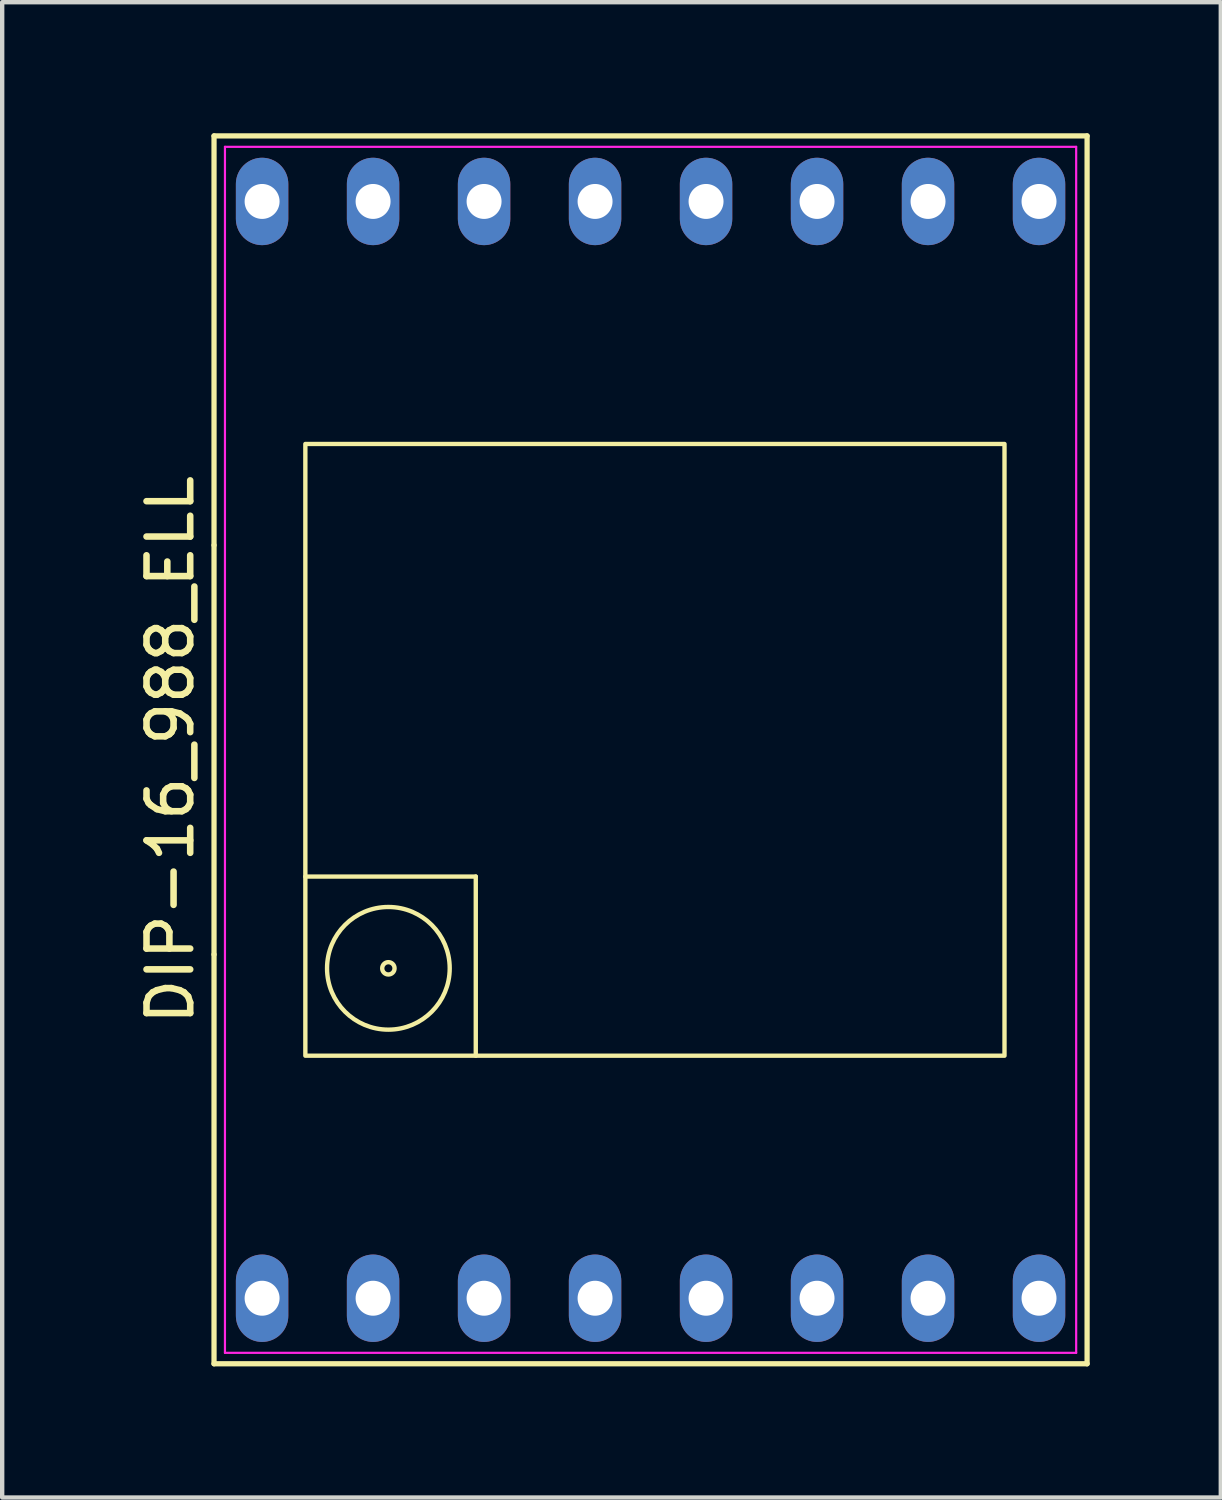
<source format=kicad_pcb>
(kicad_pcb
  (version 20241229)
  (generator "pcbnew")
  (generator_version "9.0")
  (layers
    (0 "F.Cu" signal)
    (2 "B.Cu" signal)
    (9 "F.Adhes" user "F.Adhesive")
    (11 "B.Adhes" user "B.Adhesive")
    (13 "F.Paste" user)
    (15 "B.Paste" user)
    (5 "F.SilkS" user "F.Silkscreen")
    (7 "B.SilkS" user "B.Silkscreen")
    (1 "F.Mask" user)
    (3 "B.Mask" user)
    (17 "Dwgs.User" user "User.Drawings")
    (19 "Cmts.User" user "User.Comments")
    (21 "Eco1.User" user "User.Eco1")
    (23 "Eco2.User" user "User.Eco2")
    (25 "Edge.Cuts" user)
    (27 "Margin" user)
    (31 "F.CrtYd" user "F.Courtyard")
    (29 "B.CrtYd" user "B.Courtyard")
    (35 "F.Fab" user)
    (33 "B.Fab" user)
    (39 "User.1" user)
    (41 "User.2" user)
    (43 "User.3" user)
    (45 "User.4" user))
  (footprint "DIP-16_988_ELL"
    (layer "F.Cu")
    (at 11.838 14.11)
    (property "Reference" "DIP-16_988_ELL" (at -10.99 0 90) (layer "F.SilkS") (effects (font (size 1 1) (thickness 0.15))))
    (attr through_hole)
    (fp_line (start -9.99 -14.05) (end -9.99 -4.683) (stroke (width 0.12) (type default)) (layer "F.SilkS"))
    (fp_line (start -9.99 -4.683) (end -9.99 4.683) (stroke (width 0.12) (type default)) (layer "F.SilkS"))
    (fp_line (start -9.99 4.683) (end -9.99 14.05) (stroke (width 0.12) (type default)) (layer "F.SilkS"))
    (fp_line (start -9.99 14.05) (end 9.99 14.05) (stroke (width 0.12) (type default)) (layer "F.SilkS"))
    (fp_line (start -7.9 2.9) (end -4 2.9) (stroke (width 0.1) (type default)) (layer "F.SilkS"))
    (fp_line (start -4 2.9) (end -4 7) (stroke (width 0.1) (type default)) (layer "F.SilkS"))
    (fp_line (start 9.99 -14.05) (end -9.99 -14.05) (stroke (width 0.12) (type default)) (layer "F.SilkS"))
    (fp_line (start 9.99 14.05) (end 9.99 -14.05) (stroke (width 0.12) (type default)) (layer "F.SilkS"))
    (fp_rect (start -7.9 -7) (end 8.1 7) (stroke (width 0.1) (type default)) (fill no) (layer "F.SilkS"))
    (fp_circle (center -6 5) (end -6.1 6.4) (stroke (width 0.1) (type default)) (fill no) (layer "F.SilkS"))
    (fp_circle (center -6 5) (end -5.9 5.1) (stroke (width 0.1) (type default)) (fill no) (layer "F.SilkS"))
    (fp_line (start -9.74 -13.8) (end 9.74 -13.8) (stroke (width 0.05) (type default)) (layer "F.CrtYd"))
    (fp_line (start -9.74 13.8) (end -9.74 -13.8) (stroke (width 0.05) (type default)) (layer "F.CrtYd"))
    (fp_line (start 9.74 -13.8) (end 9.74 13.8) (stroke (width 0.05) (type default)) (layer "F.CrtYd"))
    (fp_line (start 9.74 13.8) (end -9.74 13.8) (stroke (width 0.05) (type default)) (layer "F.CrtYd"))
    (pad "1" thru_hole oval (at -8.89 12.55) (size 1.2 2) (drill 0.8) (layers "*.Cu" "*.Mask"))
    (pad "2" thru_hole oval (at -6.35 12.55) (size 1.2 2) (drill 0.8) (layers "*.Cu" "*.Mask"))
    (pad "3" thru_hole oval (at -3.81 12.55) (size 1.2 2) (drill 0.8) (layers "*.Cu" "*.Mask"))
    (pad "4" thru_hole oval (at -1.27 12.55) (size 1.2 2) (drill 0.8) (layers "*.Cu" "*.Mask"))
    (pad "5" thru_hole oval (at 1.27 12.55) (size 1.2 2) (drill 0.8) (layers "*.Cu" "*.Mask"))
    (pad "6" thru_hole oval (at 3.81 12.55) (size 1.2 2) (drill 0.8) (layers "*.Cu" "*.Mask"))
    (pad "7" thru_hole oval (at 6.35 12.55) (size 1.2 2) (drill 0.8) (layers "*.Cu" "*.Mask"))
    (pad "8" thru_hole oval (at 8.89 12.55) (size 1.2 2) (drill 0.8) (layers "*.Cu" "*.Mask"))
    (pad "9" thru_hole oval (at 8.89 -12.55) (size 1.2 2) (drill 0.8) (layers "*.Cu" "*.Mask"))
    (pad "10" thru_hole oval (at 6.35 -12.55) (size 1.2 2) (drill 0.8) (layers "*.Cu" "*.Mask"))
    (pad "11" thru_hole oval (at 3.81 -12.55) (size 1.2 2) (drill 0.8) (layers "*.Cu" "*.Mask"))
    (pad "12" thru_hole oval (at 1.27 -12.55) (size 1.2 2) (drill 0.8) (layers "*.Cu" "*.Mask"))
    (pad "13" thru_hole oval (at -1.27 -12.55) (size 1.2 2) (drill 0.8) (layers "*.Cu" "*.Mask"))
    (pad "14" thru_hole oval (at -3.81 -12.55) (size 1.2 2) (drill 0.8) (layers "*.Cu" "*.Mask"))
    (pad "15" thru_hole oval (at -6.35 -12.55) (size 1.2 2) (drill 0.8) (layers "*.Cu" "*.Mask"))
    (pad "16" thru_hole oval (at -8.89 -12.55) (size 1.2 2) (drill 0.8) (layers "*.Cu" "*.Mask")))
  (gr_rect
    (start -3 -3)
    (end 24.888 31.22)
    (stroke (width 0.1) (type default))
    (fill no)
    (layer "Edge.Cuts")))
</source>
